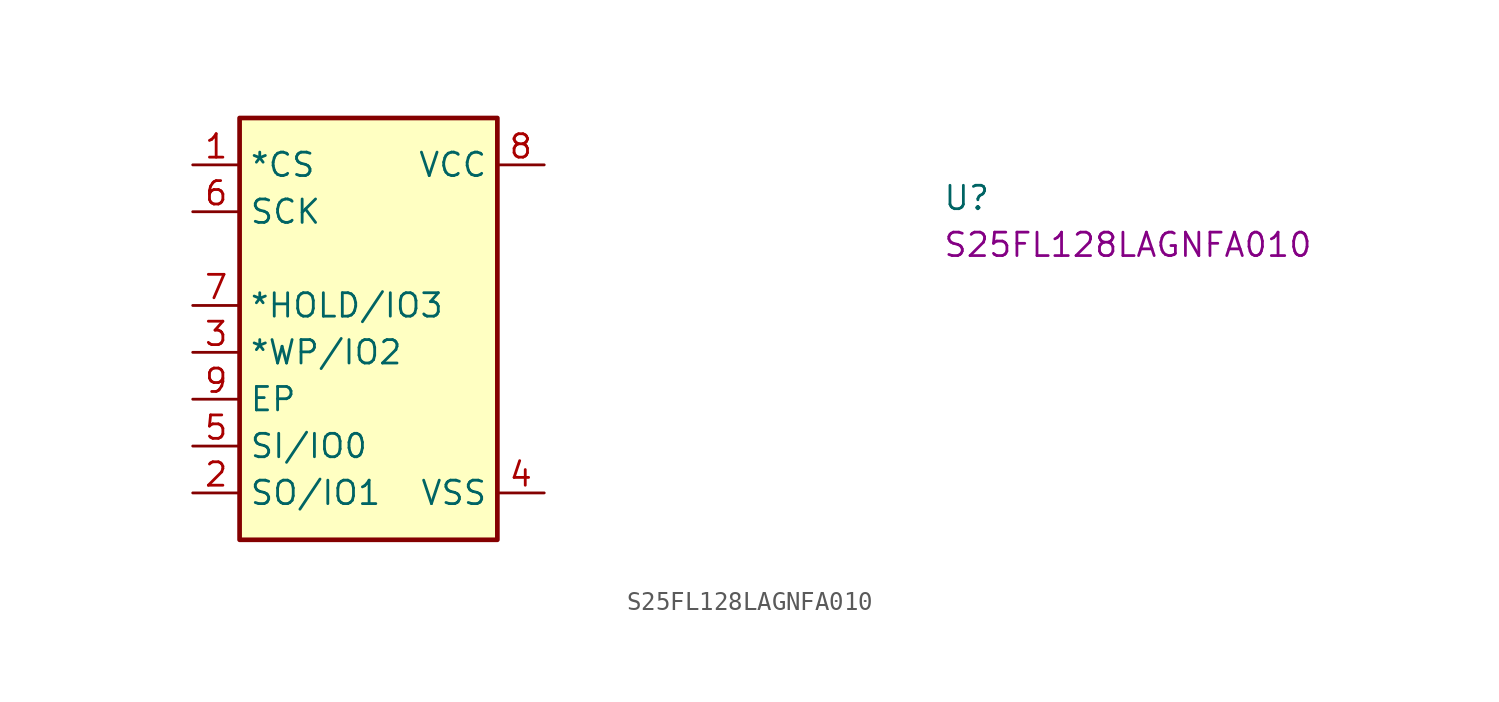
<source format=kicad_sym>
(kicad_symbol_lib
  (version 20220914)
  (generator kicad_symbol_editor)
  (symbol "S25FL128LAGNFA010"
    (property "Reference" "U"
      (at 40.64 -2.54 0)
      (effects (font (size 1.27 1.27) (thickness 0.15)) (justify left bottom)))
    (property "MPN" "S25FL128LAGNFA010"
      (at 40.64 -5.08 0)
      (effects (font (size 1.27 1.27) (thickness 0.15)) (justify left bottom)))
    (symbol "S25FL128LAGNFA010_1_1"
      (rectangle (start 2.54 2.54) (end 16.51 -20.32) (stroke (width 0.254) (type default)) (fill (type background)))
      (pin input line (at 0 0 0) (length 2.54) (name "*CS" (effects (font (size 1.27 1.27)))) (number "1" (effects (font (size 1.27 1.27)))))
      (pin bidirectional line (at 0 -17.78 0) (length 2.54) (name "SO/IO1" (effects (font (size 1.27 1.27)))) (number "2" (effects (font (size 1.27 1.27)))))
      (pin bidirectional line (at 0 -10.16 0) (length 2.54) (name "*WP/IO2" (effects (font (size 1.27 1.27)))) (number "3" (effects (font (size 1.27 1.27)))))
      (pin power_in line (at 19.05 -17.78 180) (length 2.54) (name "VSS" (effects (font (size 1.27 1.27)))) (number "4" (effects (font (size 1.27 1.27)))))
      (pin bidirectional line (at 0 -15.24 0) (length 2.54) (name "SI/IO0" (effects (font (size 1.27 1.27)))) (number "5" (effects (font (size 1.27 1.27)))))
      (pin input line (at 0 -2.54 0) (length 2.54) (name "SCK" (effects (font (size 1.27 1.27)))) (number "6" (effects (font (size 1.27 1.27)))))
      (pin bidirectional line (at 0 -7.62 0) (length 2.54) (name "*HOLD/IO3" (effects (font (size 1.27 1.27)))) (number "7" (effects (font (size 1.27 1.27)))))
      (pin power_in line (at 19.05 0 180) (length 2.54) (name "VCC" (effects (font (size 1.27 1.27)))) (number "8" (effects (font (size 1.27 1.27)))))
      (pin unspecified line (at 0 -12.7 0) (length 2.54) (name "EP" (effects (font (size 1.27 1.27)))) (number "9" (effects (font (size 1.27 1.27))))))))
</source>
